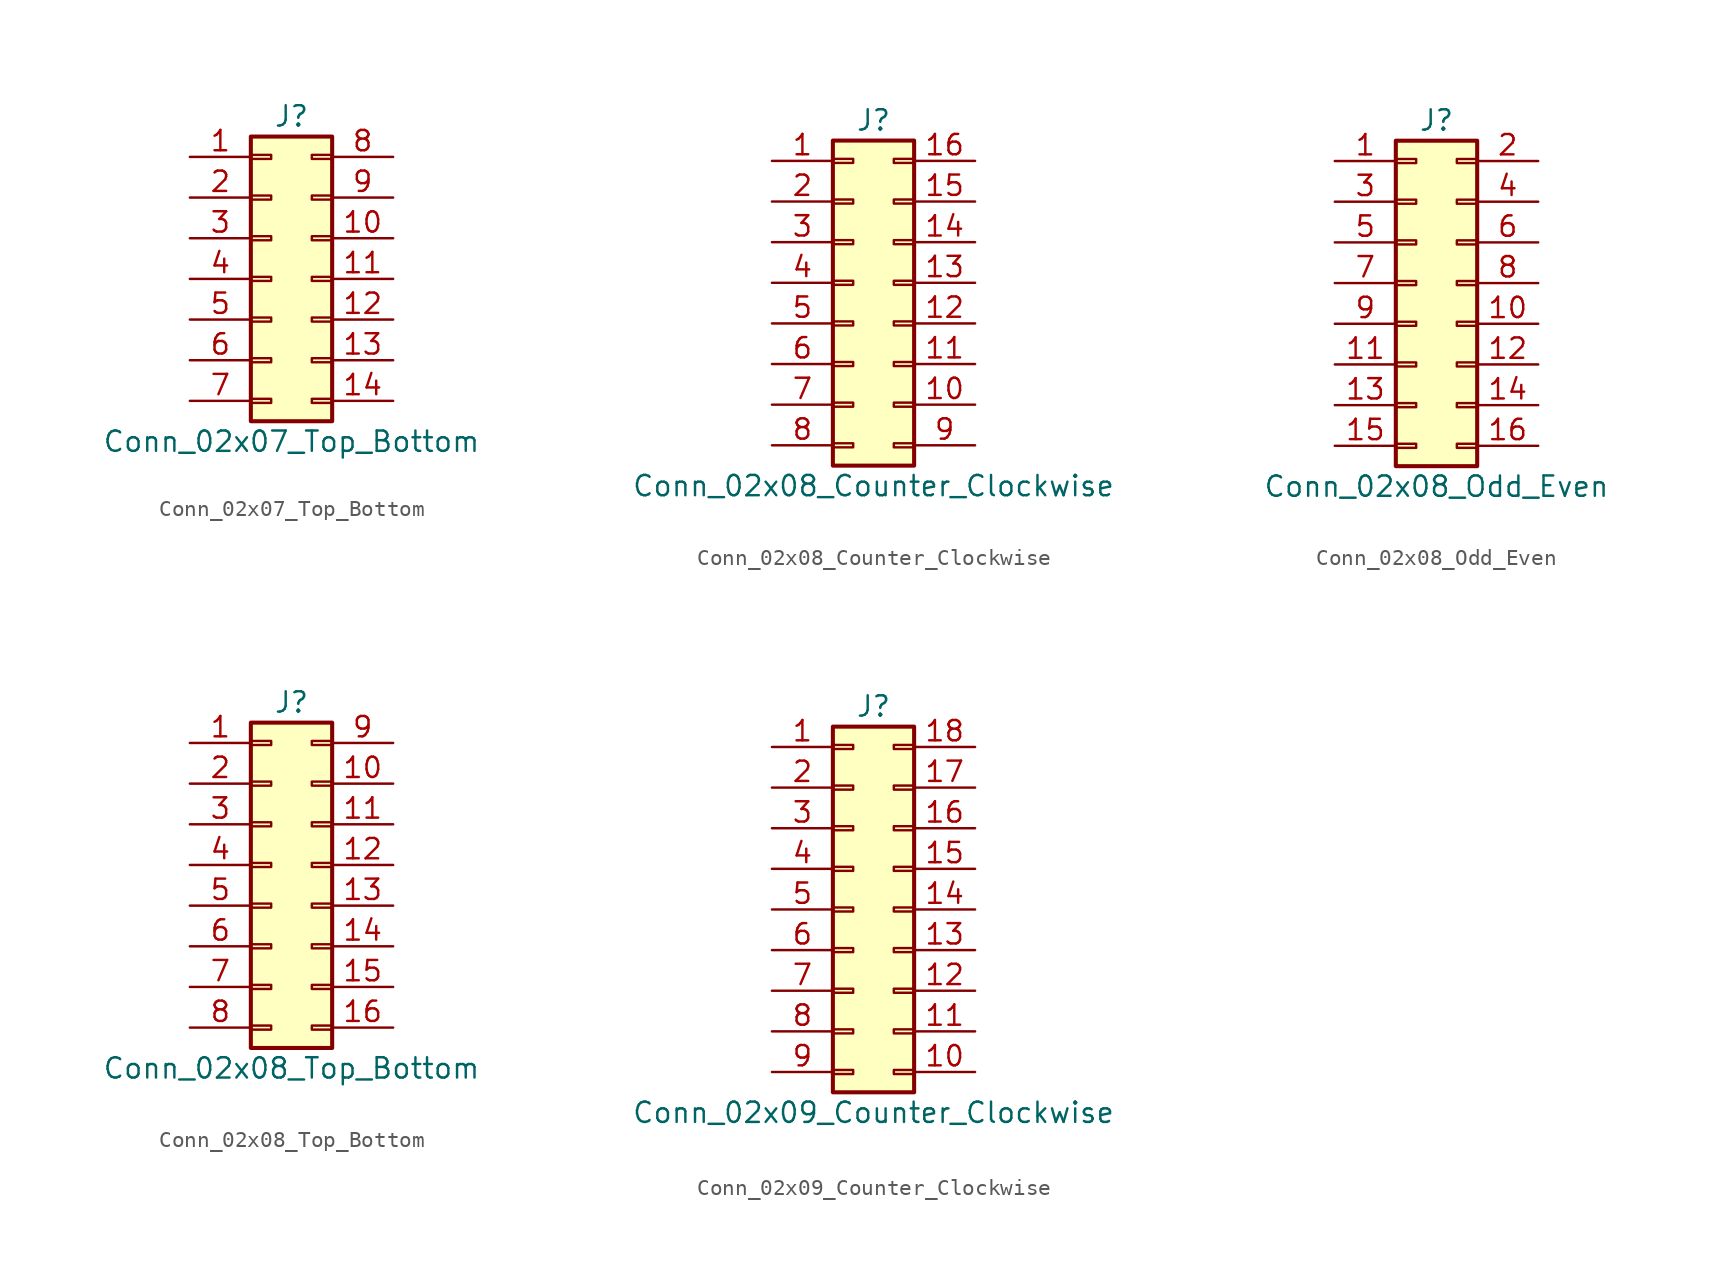
<source format=kicad_sym>
(kicad_symbol_lib
  (version 20201005)
  (generator kicad_symbol_editor)
  (symbol "Connector_Generic:Conn_02x07_Top_Bottom"
    (pin_names
      (offset 1.016) hide)
    (property "Reference" "J"
      (at 1.27 10.16 0)
      (effects (font (size 1.27 1.27))))
    (property "Value" "Conn_02x07_Top_Bottom"
      (at 1.27 -10.16 0)
      (effects (font (size 1.27 1.27))))
    (symbol "Conn_02x07_Top_Bottom_1_1"
      (rectangle (start -1.27 -4.953) (end 0 -5.207) (stroke (width 0.152)) (fill (type none)))
      (rectangle (start -1.27 -7.493) (end 0 -7.747) (stroke (width 0.152)) (fill (type none)))
      (rectangle (start -1.27 -2.413) (end 0 -2.667) (stroke (width 0.152)) (fill (type none)))
      (rectangle (start -1.27 2.667) (end 0 2.413) (stroke (width 0.152)) (fill (type none)))
      (rectangle (start -1.27 5.207) (end 0 4.953) (stroke (width 0.152)) (fill (type none)))
      (rectangle (start -1.27 7.747) (end 0 7.493) (stroke (width 0.152)) (fill (type none)))
      (rectangle (start -1.27 8.89) (end 3.81 -8.89) (stroke (width 0.254)) (fill (type background)))
      (rectangle (start -1.27 0.127) (end 0 -0.127) (stroke (width 0.152)) (fill (type none)))
      (rectangle (start 3.81 -4.953) (end 2.54 -5.207) (stroke (width 0.152)) (fill (type none)))
      (rectangle (start 3.81 -7.493) (end 2.54 -7.747) (stroke (width 0.152)) (fill (type none)))
      (rectangle (start 3.81 -2.413) (end 2.54 -2.667) (stroke (width 0.152)) (fill (type none)))
      (rectangle (start 3.81 2.667) (end 2.54 2.413) (stroke (width 0.152)) (fill (type none)))
      (rectangle (start 3.81 5.207) (end 2.54 4.953) (stroke (width 0.152)) (fill (type none)))
      (rectangle (start 3.81 7.747) (end 2.54 7.493) (stroke (width 0.152)) (fill (type none)))
      (rectangle (start 3.81 0.127) (end 2.54 -0.127) (stroke (width 0.152)) (fill (type none)))
      (pin passive line (at -5.08 7.62 0) (length 3.81) (name "Pin_1" (effects (font (size 1.27 1.27)))) (number "1" (effects (font (size 1.27 1.27)))))
      (pin passive line (at 7.62 2.54 180) (length 3.81) (name "Pin_10" (effects (font (size 1.27 1.27)))) (number "10" (effects (font (size 1.27 1.27)))))
      (pin passive line (at 7.62 0 180) (length 3.81) (name "Pin_11" (effects (font (size 1.27 1.27)))) (number "11" (effects (font (size 1.27 1.27)))))
      (pin passive line (at 7.62 -2.54 180) (length 3.81) (name "Pin_12" (effects (font (size 1.27 1.27)))) (number "12" (effects (font (size 1.27 1.27)))))
      (pin passive line (at 7.62 -5.08 180) (length 3.81) (name "Pin_13" (effects (font (size 1.27 1.27)))) (number "13" (effects (font (size 1.27 1.27)))))
      (pin passive line (at 7.62 -7.62 180) (length 3.81) (name "Pin_14" (effects (font (size 1.27 1.27)))) (number "14" (effects (font (size 1.27 1.27)))))
      (pin passive line (at -5.08 5.08 0) (length 3.81) (name "Pin_2" (effects (font (size 1.27 1.27)))) (number "2" (effects (font (size 1.27 1.27)))))
      (pin passive line (at -5.08 2.54 0) (length 3.81) (name "Pin_3" (effects (font (size 1.27 1.27)))) (number "3" (effects (font (size 1.27 1.27)))))
      (pin passive line (at -5.08 0 0) (length 3.81) (name "Pin_4" (effects (font (size 1.27 1.27)))) (number "4" (effects (font (size 1.27 1.27)))))
      (pin passive line (at -5.08 -2.54 0) (length 3.81) (name "Pin_5" (effects (font (size 1.27 1.27)))) (number "5" (effects (font (size 1.27 1.27)))))
      (pin passive line (at -5.08 -5.08 0) (length 3.81) (name "Pin_6" (effects (font (size 1.27 1.27)))) (number "6" (effects (font (size 1.27 1.27)))))
      (pin passive line (at -5.08 -7.62 0) (length 3.81) (name "Pin_7" (effects (font (size 1.27 1.27)))) (number "7" (effects (font (size 1.27 1.27)))))
      (pin passive line (at 7.62 7.62 180) (length 3.81) (name "Pin_8" (effects (font (size 1.27 1.27)))) (number "8" (effects (font (size 1.27 1.27)))))
      (pin passive line (at 7.62 5.08 180) (length 3.81) (name "Pin_9" (effects (font (size 1.27 1.27)))) (number "9" (effects (font (size 1.27 1.27)))))))
  (symbol "Connector_Generic:Conn_02x08_Counter_Clockwise"
    (pin_names
      (offset 1.016) hide)
    (property "Reference" "J"
      (at 1.27 10.16 0)
      (effects (font (size 1.27 1.27))))
    (property "Value" "Conn_02x08_Counter_Clockwise"
      (at 1.27 -12.7 0)
      (effects (font (size 1.27 1.27))))
    (symbol "Conn_02x08_Counter_Clockwise_1_1"
      (rectangle (start -1.27 -4.953) (end 0 -5.207) (stroke (width 0.152)) (fill (type none)))
      (rectangle (start -1.27 -7.493) (end 0 -7.747) (stroke (width 0.152)) (fill (type none)))
      (rectangle (start -1.27 -10.033) (end 0 -10.287) (stroke (width 0.152)) (fill (type none)))
      (rectangle (start -1.27 -2.413) (end 0 -2.667) (stroke (width 0.152)) (fill (type none)))
      (rectangle (start -1.27 2.667) (end 0 2.413) (stroke (width 0.152)) (fill (type none)))
      (rectangle (start -1.27 5.207) (end 0 4.953) (stroke (width 0.152)) (fill (type none)))
      (rectangle (start -1.27 7.747) (end 0 7.493) (stroke (width 0.152)) (fill (type none)))
      (rectangle (start -1.27 8.89) (end 3.81 -11.43) (stroke (width 0.254)) (fill (type background)))
      (rectangle (start -1.27 0.127) (end 0 -0.127) (stroke (width 0.152)) (fill (type none)))
      (rectangle (start 3.81 -4.953) (end 2.54 -5.207) (stroke (width 0.152)) (fill (type none)))
      (rectangle (start 3.81 -7.493) (end 2.54 -7.747) (stroke (width 0.152)) (fill (type none)))
      (rectangle (start 3.81 -10.033) (end 2.54 -10.287) (stroke (width 0.152)) (fill (type none)))
      (rectangle (start 3.81 -2.413) (end 2.54 -2.667) (stroke (width 0.152)) (fill (type none)))
      (rectangle (start 3.81 2.667) (end 2.54 2.413) (stroke (width 0.152)) (fill (type none)))
      (rectangle (start 3.81 5.207) (end 2.54 4.953) (stroke (width 0.152)) (fill (type none)))
      (rectangle (start 3.81 7.747) (end 2.54 7.493) (stroke (width 0.152)) (fill (type none)))
      (rectangle (start 3.81 0.127) (end 2.54 -0.127) (stroke (width 0.152)) (fill (type none)))
      (pin passive line (at -5.08 7.62 0) (length 3.81) (name "Pin_1" (effects (font (size 1.27 1.27)))) (number "1" (effects (font (size 1.27 1.27)))))
      (pin passive line (at 7.62 -7.62 180) (length 3.81) (name "Pin_10" (effects (font (size 1.27 1.27)))) (number "10" (effects (font (size 1.27 1.27)))))
      (pin passive line (at 7.62 -5.08 180) (length 3.81) (name "Pin_11" (effects (font (size 1.27 1.27)))) (number "11" (effects (font (size 1.27 1.27)))))
      (pin passive line (at 7.62 -2.54 180) (length 3.81) (name "Pin_12" (effects (font (size 1.27 1.27)))) (number "12" (effects (font (size 1.27 1.27)))))
      (pin passive line (at 7.62 0 180) (length 3.81) (name "Pin_13" (effects (font (size 1.27 1.27)))) (number "13" (effects (font (size 1.27 1.27)))))
      (pin passive line (at 7.62 2.54 180) (length 3.81) (name "Pin_14" (effects (font (size 1.27 1.27)))) (number "14" (effects (font (size 1.27 1.27)))))
      (pin passive line (at 7.62 5.08 180) (length 3.81) (name "Pin_15" (effects (font (size 1.27 1.27)))) (number "15" (effects (font (size 1.27 1.27)))))
      (pin passive line (at 7.62 7.62 180) (length 3.81) (name "Pin_16" (effects (font (size 1.27 1.27)))) (number "16" (effects (font (size 1.27 1.27)))))
      (pin passive line (at -5.08 5.08 0) (length 3.81) (name "Pin_2" (effects (font (size 1.27 1.27)))) (number "2" (effects (font (size 1.27 1.27)))))
      (pin passive line (at -5.08 2.54 0) (length 3.81) (name "Pin_3" (effects (font (size 1.27 1.27)))) (number "3" (effects (font (size 1.27 1.27)))))
      (pin passive line (at -5.08 0 0) (length 3.81) (name "Pin_4" (effects (font (size 1.27 1.27)))) (number "4" (effects (font (size 1.27 1.27)))))
      (pin passive line (at -5.08 -2.54 0) (length 3.81) (name "Pin_5" (effects (font (size 1.27 1.27)))) (number "5" (effects (font (size 1.27 1.27)))))
      (pin passive line (at -5.08 -5.08 0) (length 3.81) (name "Pin_6" (effects (font (size 1.27 1.27)))) (number "6" (effects (font (size 1.27 1.27)))))
      (pin passive line (at -5.08 -7.62 0) (length 3.81) (name "Pin_7" (effects (font (size 1.27 1.27)))) (number "7" (effects (font (size 1.27 1.27)))))
      (pin passive line (at -5.08 -10.16 0) (length 3.81) (name "Pin_8" (effects (font (size 1.27 1.27)))) (number "8" (effects (font (size 1.27 1.27)))))
      (pin passive line (at 7.62 -10.16 180) (length 3.81) (name "Pin_9" (effects (font (size 1.27 1.27)))) (number "9" (effects (font (size 1.27 1.27)))))))
  (symbol "Connector_Generic:Conn_02x08_Odd_Even"
    (pin_names
      (offset 1.016) hide)
    (property "Reference" "J"
      (at 1.27 10.16 0)
      (effects (font (size 1.27 1.27))))
    (property "Value" "Conn_02x08_Odd_Even"
      (at 1.27 -12.7 0)
      (effects (font (size 1.27 1.27))))
    (symbol "Conn_02x08_Odd_Even_1_1"
      (rectangle (start -1.27 -4.953) (end 0 -5.207) (stroke (width 0.152)) (fill (type none)))
      (rectangle (start -1.27 -7.493) (end 0 -7.747) (stroke (width 0.152)) (fill (type none)))
      (rectangle (start -1.27 -10.033) (end 0 -10.287) (stroke (width 0.152)) (fill (type none)))
      (rectangle (start -1.27 -2.413) (end 0 -2.667) (stroke (width 0.152)) (fill (type none)))
      (rectangle (start -1.27 2.667) (end 0 2.413) (stroke (width 0.152)) (fill (type none)))
      (rectangle (start -1.27 5.207) (end 0 4.953) (stroke (width 0.152)) (fill (type none)))
      (rectangle (start -1.27 7.747) (end 0 7.493) (stroke (width 0.152)) (fill (type none)))
      (rectangle (start -1.27 8.89) (end 3.81 -11.43) (stroke (width 0.254)) (fill (type background)))
      (rectangle (start -1.27 0.127) (end 0 -0.127) (stroke (width 0.152)) (fill (type none)))
      (rectangle (start 3.81 -4.953) (end 2.54 -5.207) (stroke (width 0.152)) (fill (type none)))
      (rectangle (start 3.81 -7.493) (end 2.54 -7.747) (stroke (width 0.152)) (fill (type none)))
      (rectangle (start 3.81 -10.033) (end 2.54 -10.287) (stroke (width 0.152)) (fill (type none)))
      (rectangle (start 3.81 -2.413) (end 2.54 -2.667) (stroke (width 0.152)) (fill (type none)))
      (rectangle (start 3.81 2.667) (end 2.54 2.413) (stroke (width 0.152)) (fill (type none)))
      (rectangle (start 3.81 5.207) (end 2.54 4.953) (stroke (width 0.152)) (fill (type none)))
      (rectangle (start 3.81 7.747) (end 2.54 7.493) (stroke (width 0.152)) (fill (type none)))
      (rectangle (start 3.81 0.127) (end 2.54 -0.127) (stroke (width 0.152)) (fill (type none)))
      (pin passive line (at -5.08 7.62 0) (length 3.81) (name "Pin_1" (effects (font (size 1.27 1.27)))) (number "1" (effects (font (size 1.27 1.27)))))
      (pin passive line (at 7.62 -2.54 180) (length 3.81) (name "Pin_10" (effects (font (size 1.27 1.27)))) (number "10" (effects (font (size 1.27 1.27)))))
      (pin passive line (at -5.08 -5.08 0) (length 3.81) (name "Pin_11" (effects (font (size 1.27 1.27)))) (number "11" (effects (font (size 1.27 1.27)))))
      (pin passive line (at 7.62 -5.08 180) (length 3.81) (name "Pin_12" (effects (font (size 1.27 1.27)))) (number "12" (effects (font (size 1.27 1.27)))))
      (pin passive line (at -5.08 -7.62 0) (length 3.81) (name "Pin_13" (effects (font (size 1.27 1.27)))) (number "13" (effects (font (size 1.27 1.27)))))
      (pin passive line (at 7.62 -7.62 180) (length 3.81) (name "Pin_14" (effects (font (size 1.27 1.27)))) (number "14" (effects (font (size 1.27 1.27)))))
      (pin passive line (at -5.08 -10.16 0) (length 3.81) (name "Pin_15" (effects (font (size 1.27 1.27)))) (number "15" (effects (font (size 1.27 1.27)))))
      (pin passive line (at 7.62 -10.16 180) (length 3.81) (name "Pin_16" (effects (font (size 1.27 1.27)))) (number "16" (effects (font (size 1.27 1.27)))))
      (pin passive line (at 7.62 7.62 180) (length 3.81) (name "Pin_2" (effects (font (size 1.27 1.27)))) (number "2" (effects (font (size 1.27 1.27)))))
      (pin passive line (at -5.08 5.08 0) (length 3.81) (name "Pin_3" (effects (font (size 1.27 1.27)))) (number "3" (effects (font (size 1.27 1.27)))))
      (pin passive line (at 7.62 5.08 180) (length 3.81) (name "Pin_4" (effects (font (size 1.27 1.27)))) (number "4" (effects (font (size 1.27 1.27)))))
      (pin passive line (at -5.08 2.54 0) (length 3.81) (name "Pin_5" (effects (font (size 1.27 1.27)))) (number "5" (effects (font (size 1.27 1.27)))))
      (pin passive line (at 7.62 2.54 180) (length 3.81) (name "Pin_6" (effects (font (size 1.27 1.27)))) (number "6" (effects (font (size 1.27 1.27)))))
      (pin passive line (at -5.08 0 0) (length 3.81) (name "Pin_7" (effects (font (size 1.27 1.27)))) (number "7" (effects (font (size 1.27 1.27)))))
      (pin passive line (at 7.62 0 180) (length 3.81) (name "Pin_8" (effects (font (size 1.27 1.27)))) (number "8" (effects (font (size 1.27 1.27)))))
      (pin passive line (at -5.08 -2.54 0) (length 3.81) (name "Pin_9" (effects (font (size 1.27 1.27)))) (number "9" (effects (font (size 1.27 1.27)))))))
  (symbol "Connector_Generic:Conn_02x08_Top_Bottom"
    (pin_names
      (offset 1.016) hide)
    (property "Reference" "J"
      (at 1.27 10.16 0)
      (effects (font (size 1.27 1.27))))
    (property "Value" "Conn_02x08_Top_Bottom"
      (at 1.27 -12.7 0)
      (effects (font (size 1.27 1.27))))
    (symbol "Conn_02x08_Top_Bottom_1_1"
      (rectangle (start -1.27 -4.953) (end 0 -5.207) (stroke (width 0.152)) (fill (type none)))
      (rectangle (start -1.27 -7.493) (end 0 -7.747) (stroke (width 0.152)) (fill (type none)))
      (rectangle (start -1.27 -10.033) (end 0 -10.287) (stroke (width 0.152)) (fill (type none)))
      (rectangle (start -1.27 -2.413) (end 0 -2.667) (stroke (width 0.152)) (fill (type none)))
      (rectangle (start -1.27 2.667) (end 0 2.413) (stroke (width 0.152)) (fill (type none)))
      (rectangle (start -1.27 5.207) (end 0 4.953) (stroke (width 0.152)) (fill (type none)))
      (rectangle (start -1.27 7.747) (end 0 7.493) (stroke (width 0.152)) (fill (type none)))
      (rectangle (start -1.27 8.89) (end 3.81 -11.43) (stroke (width 0.254)) (fill (type background)))
      (rectangle (start -1.27 0.127) (end 0 -0.127) (stroke (width 0.152)) (fill (type none)))
      (rectangle (start 3.81 -4.953) (end 2.54 -5.207) (stroke (width 0.152)) (fill (type none)))
      (rectangle (start 3.81 -7.493) (end 2.54 -7.747) (stroke (width 0.152)) (fill (type none)))
      (rectangle (start 3.81 -10.033) (end 2.54 -10.287) (stroke (width 0.152)) (fill (type none)))
      (rectangle (start 3.81 -2.413) (end 2.54 -2.667) (stroke (width 0.152)) (fill (type none)))
      (rectangle (start 3.81 2.667) (end 2.54 2.413) (stroke (width 0.152)) (fill (type none)))
      (rectangle (start 3.81 5.207) (end 2.54 4.953) (stroke (width 0.152)) (fill (type none)))
      (rectangle (start 3.81 7.747) (end 2.54 7.493) (stroke (width 0.152)) (fill (type none)))
      (rectangle (start 3.81 0.127) (end 2.54 -0.127) (stroke (width 0.152)) (fill (type none)))
      (pin passive line (at -5.08 7.62 0) (length 3.81) (name "Pin_1" (effects (font (size 1.27 1.27)))) (number "1" (effects (font (size 1.27 1.27)))))
      (pin passive line (at 7.62 5.08 180) (length 3.81) (name "Pin_10" (effects (font (size 1.27 1.27)))) (number "10" (effects (font (size 1.27 1.27)))))
      (pin passive line (at 7.62 2.54 180) (length 3.81) (name "Pin_11" (effects (font (size 1.27 1.27)))) (number "11" (effects (font (size 1.27 1.27)))))
      (pin passive line (at 7.62 0 180) (length 3.81) (name "Pin_12" (effects (font (size 1.27 1.27)))) (number "12" (effects (font (size 1.27 1.27)))))
      (pin passive line (at 7.62 -2.54 180) (length 3.81) (name "Pin_13" (effects (font (size 1.27 1.27)))) (number "13" (effects (font (size 1.27 1.27)))))
      (pin passive line (at 7.62 -5.08 180) (length 3.81) (name "Pin_14" (effects (font (size 1.27 1.27)))) (number "14" (effects (font (size 1.27 1.27)))))
      (pin passive line (at 7.62 -7.62 180) (length 3.81) (name "Pin_15" (effects (font (size 1.27 1.27)))) (number "15" (effects (font (size 1.27 1.27)))))
      (pin passive line (at 7.62 -10.16 180) (length 3.81) (name "Pin_16" (effects (font (size 1.27 1.27)))) (number "16" (effects (font (size 1.27 1.27)))))
      (pin passive line (at -5.08 5.08 0) (length 3.81) (name "Pin_2" (effects (font (size 1.27 1.27)))) (number "2" (effects (font (size 1.27 1.27)))))
      (pin passive line (at -5.08 2.54 0) (length 3.81) (name "Pin_3" (effects (font (size 1.27 1.27)))) (number "3" (effects (font (size 1.27 1.27)))))
      (pin passive line (at -5.08 0 0) (length 3.81) (name "Pin_4" (effects (font (size 1.27 1.27)))) (number "4" (effects (font (size 1.27 1.27)))))
      (pin passive line (at -5.08 -2.54 0) (length 3.81) (name "Pin_5" (effects (font (size 1.27 1.27)))) (number "5" (effects (font (size 1.27 1.27)))))
      (pin passive line (at -5.08 -5.08 0) (length 3.81) (name "Pin_6" (effects (font (size 1.27 1.27)))) (number "6" (effects (font (size 1.27 1.27)))))
      (pin passive line (at -5.08 -7.62 0) (length 3.81) (name "Pin_7" (effects (font (size 1.27 1.27)))) (number "7" (effects (font (size 1.27 1.27)))))
      (pin passive line (at -5.08 -10.16 0) (length 3.81) (name "Pin_8" (effects (font (size 1.27 1.27)))) (number "8" (effects (font (size 1.27 1.27)))))
      (pin passive line (at 7.62 7.62 180) (length 3.81) (name "Pin_9" (effects (font (size 1.27 1.27)))) (number "9" (effects (font (size 1.27 1.27)))))))
  (symbol "Connector_Generic:Conn_02x09_Counter_Clockwise"
    (pin_names
      (offset 1.016) hide)
    (property "Reference" "J"
      (at 1.27 12.7 0)
      (effects (font (size 1.27 1.27))))
    (property "Value" "Conn_02x09_Counter_Clockwise"
      (at 1.27 -12.7 0)
      (effects (font (size 1.27 1.27))))
    (symbol "Conn_02x09_Counter_Clockwise_1_1"
      (rectangle (start -1.27 -4.953) (end 0 -5.207) (stroke (width 0.152)) (fill (type none)))
      (rectangle (start -1.27 -7.493) (end 0 -7.747) (stroke (width 0.152)) (fill (type none)))
      (rectangle (start -1.27 -10.033) (end 0 -10.287) (stroke (width 0.152)) (fill (type none)))
      (rectangle (start -1.27 -2.413) (end 0 -2.667) (stroke (width 0.152)) (fill (type none)))
      (rectangle (start -1.27 2.667) (end 0 2.413) (stroke (width 0.152)) (fill (type none)))
      (rectangle (start -1.27 5.207) (end 0 4.953) (stroke (width 0.152)) (fill (type none)))
      (rectangle (start -1.27 7.747) (end 0 7.493) (stroke (width 0.152)) (fill (type none)))
      (rectangle (start -1.27 10.287) (end 0 10.033) (stroke (width 0.152)) (fill (type none)))
      (rectangle (start -1.27 11.43) (end 3.81 -11.43) (stroke (width 0.254)) (fill (type background)))
      (rectangle (start -1.27 0.127) (end 0 -0.127) (stroke (width 0.152)) (fill (type none)))
      (rectangle (start 3.81 -4.953) (end 2.54 -5.207) (stroke (width 0.152)) (fill (type none)))
      (rectangle (start 3.81 -7.493) (end 2.54 -7.747) (stroke (width 0.152)) (fill (type none)))
      (rectangle (start 3.81 -10.033) (end 2.54 -10.287) (stroke (width 0.152)) (fill (type none)))
      (rectangle (start 3.81 -2.413) (end 2.54 -2.667) (stroke (width 0.152)) (fill (type none)))
      (rectangle (start 3.81 2.667) (end 2.54 2.413) (stroke (width 0.152)) (fill (type none)))
      (rectangle (start 3.81 5.207) (end 2.54 4.953) (stroke (width 0.152)) (fill (type none)))
      (rectangle (start 3.81 7.747) (end 2.54 7.493) (stroke (width 0.152)) (fill (type none)))
      (rectangle (start 3.81 10.287) (end 2.54 10.033) (stroke (width 0.152)) (fill (type none)))
      (rectangle (start 3.81 0.127) (end 2.54 -0.127) (stroke (width 0.152)) (fill (type none)))
      (pin passive line (at -5.08 10.16 0) (length 3.81) (name "Pin_1" (effects (font (size 1.27 1.27)))) (number "1" (effects (font (size 1.27 1.27)))))
      (pin passive line (at 7.62 -10.16 180) (length 3.81) (name "Pin_10" (effects (font (size 1.27 1.27)))) (number "10" (effects (font (size 1.27 1.27)))))
      (pin passive line (at 7.62 -7.62 180) (length 3.81) (name "Pin_11" (effects (font (size 1.27 1.27)))) (number "11" (effects (font (size 1.27 1.27)))))
      (pin passive line (at 7.62 -5.08 180) (length 3.81) (name "Pin_12" (effects (font (size 1.27 1.27)))) (number "12" (effects (font (size 1.27 1.27)))))
      (pin passive line (at 7.62 -2.54 180) (length 3.81) (name "Pin_13" (effects (font (size 1.27 1.27)))) (number "13" (effects (font (size 1.27 1.27)))))
      (pin passive line (at 7.62 0 180) (length 3.81) (name "Pin_14" (effects (font (size 1.27 1.27)))) (number "14" (effects (font (size 1.27 1.27)))))
      (pin passive line (at 7.62 2.54 180) (length 3.81) (name "Pin_15" (effects (font (size 1.27 1.27)))) (number "15" (effects (font (size 1.27 1.27)))))
      (pin passive line (at 7.62 5.08 180) (length 3.81) (name "Pin_16" (effects (font (size 1.27 1.27)))) (number "16" (effects (font (size 1.27 1.27)))))
      (pin passive line (at 7.62 7.62 180) (length 3.81) (name "Pin_17" (effects (font (size 1.27 1.27)))) (number "17" (effects (font (size 1.27 1.27)))))
      (pin passive line (at 7.62 10.16 180) (length 3.81) (name "Pin_18" (effects (font (size 1.27 1.27)))) (number "18" (effects (font (size 1.27 1.27)))))
      (pin passive line (at -5.08 7.62 0) (length 3.81) (name "Pin_2" (effects (font (size 1.27 1.27)))) (number "2" (effects (font (size 1.27 1.27)))))
      (pin passive line (at -5.08 5.08 0) (length 3.81) (name "Pin_3" (effects (font (size 1.27 1.27)))) (number "3" (effects (font (size 1.27 1.27)))))
      (pin passive line (at -5.08 2.54 0) (length 3.81) (name "Pin_4" (effects (font (size 1.27 1.27)))) (number "4" (effects (font (size 1.27 1.27)))))
      (pin passive line (at -5.08 0 0) (length 3.81) (name "Pin_5" (effects (font (size 1.27 1.27)))) (number "5" (effects (font (size 1.27 1.27)))))
      (pin passive line (at -5.08 -2.54 0) (length 3.81) (name "Pin_6" (effects (font (size 1.27 1.27)))) (number "6" (effects (font (size 1.27 1.27)))))
      (pin passive line (at -5.08 -5.08 0) (length 3.81) (name "Pin_7" (effects (font (size 1.27 1.27)))) (number "7" (effects (font (size 1.27 1.27)))))
      (pin passive line (at -5.08 -7.62 0) (length 3.81) (name "Pin_8" (effects (font (size 1.27 1.27)))) (number "8" (effects (font (size 1.27 1.27)))))
      (pin passive line (at -5.08 -10.16 0) (length 3.81) (name "Pin_9" (effects (font (size 1.27 1.27)))) (number "9" (effects (font (size 1.27 1.27))))))))
</source>
